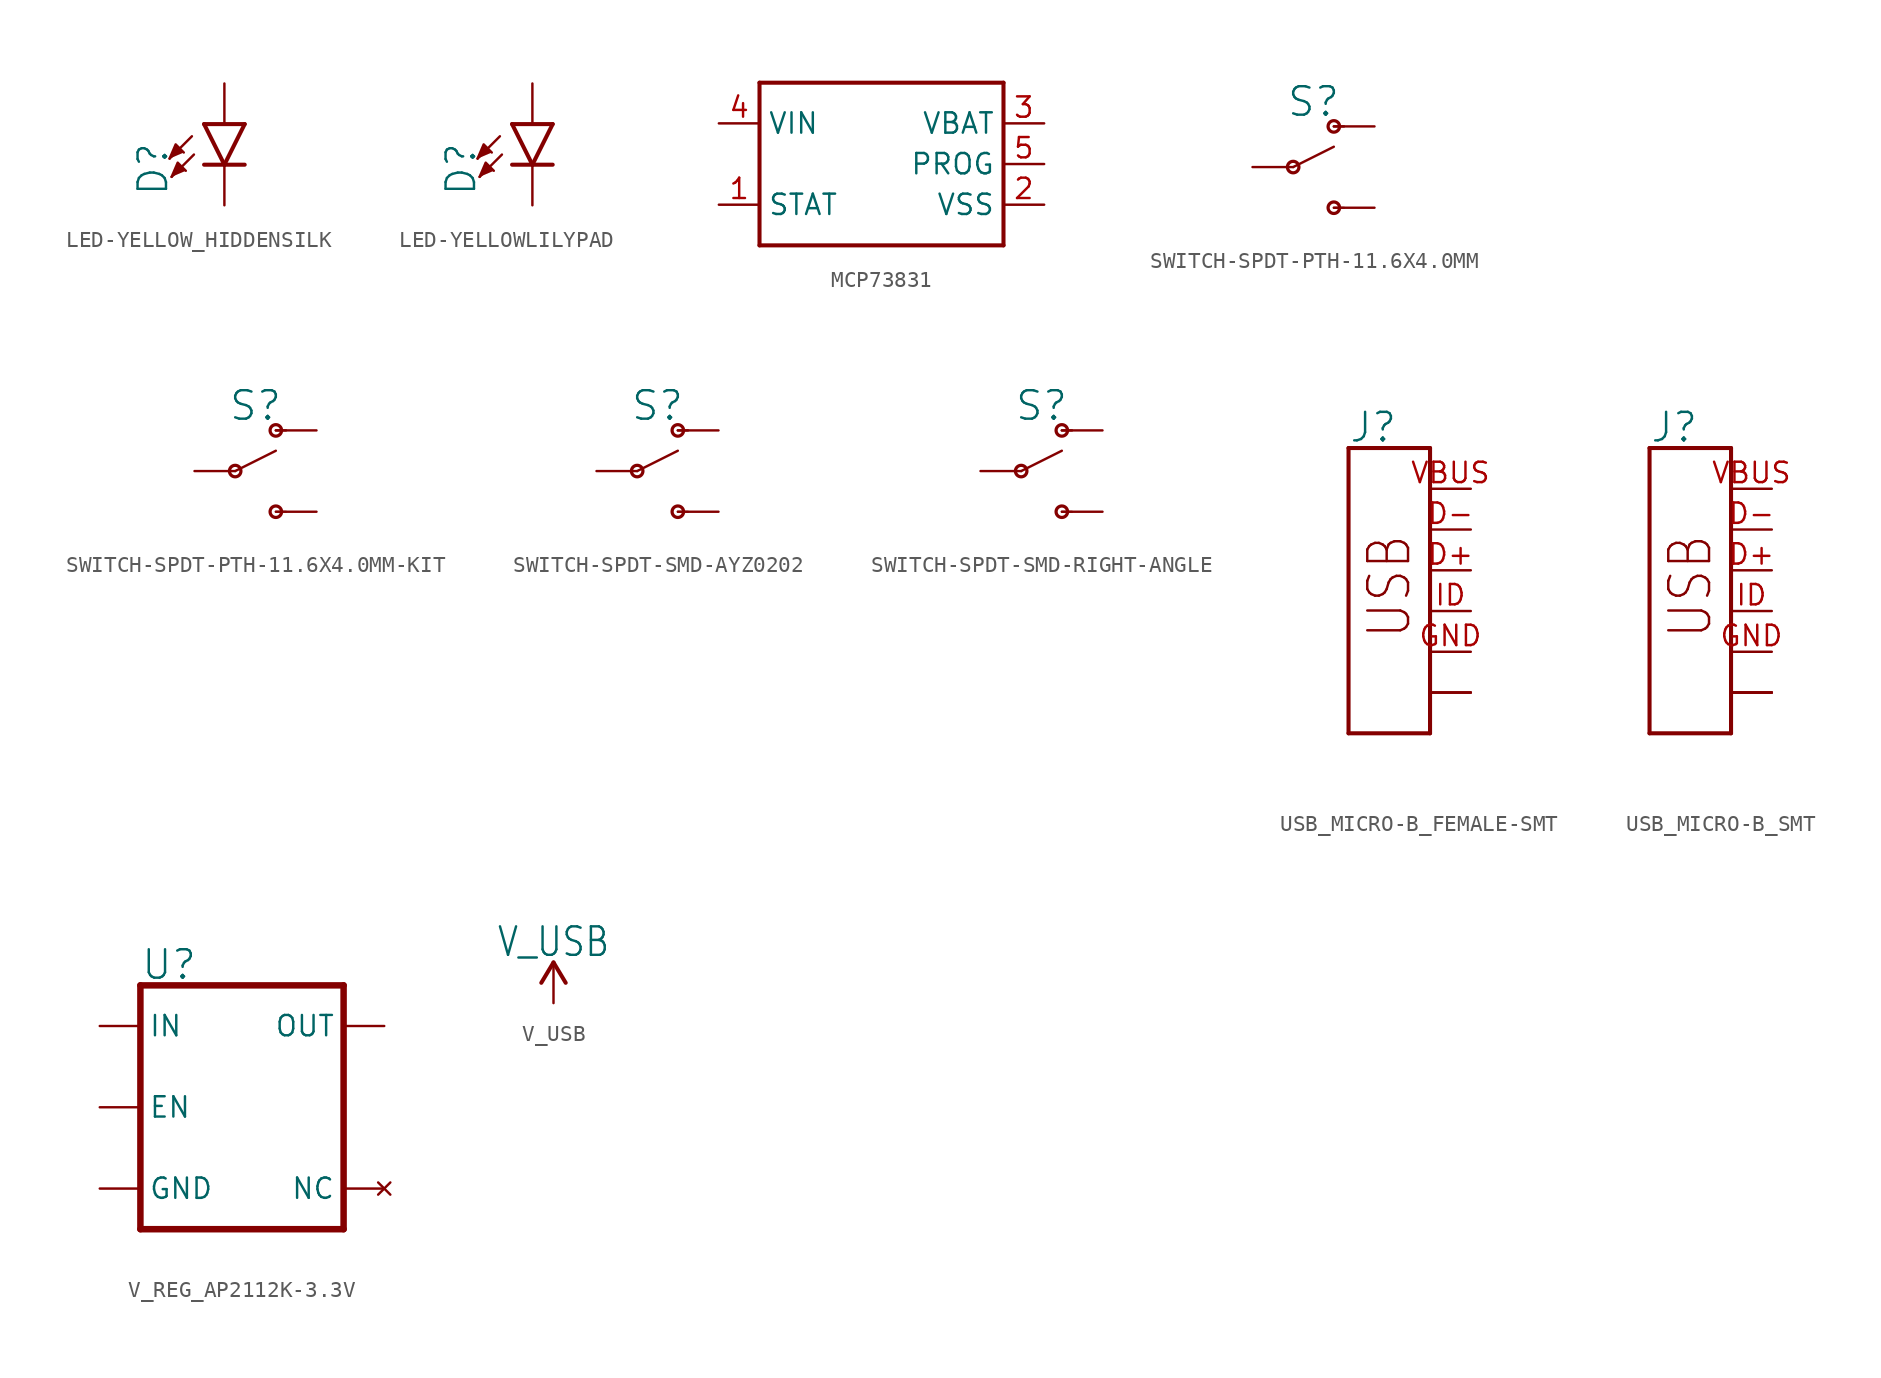
<source format=kicad_sym>
(kicad_symbol_lib
  (version 20220914)
  (generator kicad_symbol_editor)
  (symbol "LED-YELLOW_HIDDENSILK"
    (property "Reference" "D"
      (at -3.429 -4.572 90)
      (effects (font (size 1.778 1.778)) (justify left bottom)))
    (property "Value" ""
      (at 1.905 -4.572 90)
      (effects (font (size 1.778 1.778)) (justify left top)))
    (property "ki_locked" ""
      (at 0 0 0)
      (effects (font (size 1.27 1.27))))
    (symbol "LED-YELLOW_HIDDENSILK_1_0"
      (polyline (pts (xy -2.032 -0.762) (xy -3.429 -2.159)) (stroke (width 0.152) (type solid)) (fill (type none)))
      (polyline (pts (xy -1.905 -1.905) (xy -3.302 -3.302)) (stroke (width 0.152) (type solid)) (fill (type none)))
      (polyline (pts (xy 0 -2.54) (xy -1.27 -2.54)) (stroke (width 0.254) (type solid)) (fill (type none)))
      (polyline (pts (xy 0 -2.54) (xy -1.27 0)) (stroke (width 0.254) (type solid)) (fill (type none)))
      (polyline (pts (xy 1.27 -2.54) (xy 0 -2.54)) (stroke (width 0.254) (type solid)) (fill (type none)))
      (polyline (pts (xy 1.27 0) (xy -1.27 0)) (stroke (width 0.254) (type solid)) (fill (type none)))
      (polyline (pts (xy 1.27 0) (xy 0 -2.54)) (stroke (width 0.254) (type solid)) (fill (type none)))
      (polyline (pts (xy -3.429 -2.159) (xy -3.048 -1.27) (xy -2.54 -1.778)) (stroke (width 0.152) (type solid)) (fill (type outline)))
      (polyline (pts (xy -3.302 -3.302) (xy -2.921 -2.413) (xy -2.413 -2.921)) (stroke (width 0.152) (type solid)) (fill (type outline)))
      (pin passive line (at 0 2.54 270) (length 2.54) (name "A" (effects (font (size 0 0)))) (number "A" (effects (font (size 0 0)))))
      (pin passive line (at 0 -5.08 90) (length 2.54) (name "C" (effects (font (size 0 0)))) (number "C" (effects (font (size 0 0)))))))
  (symbol "LED-YELLOWLILYPAD"
    (property "Reference" "D"
      (at -3.429 -4.572 90)
      (effects (font (size 1.778 1.778)) (justify left bottom)))
    (property "Value" ""
      (at 1.905 -4.572 90)
      (effects (font (size 1.778 1.778)) (justify left top)))
    (property "ki_locked" ""
      (at 0 0 0)
      (effects (font (size 1.27 1.27))))
    (symbol "LED-YELLOWLILYPAD_1_0"
      (polyline (pts (xy -2.032 -0.762) (xy -3.429 -2.159)) (stroke (width 0.152) (type solid)) (fill (type none)))
      (polyline (pts (xy -1.905 -1.905) (xy -3.302 -3.302)) (stroke (width 0.152) (type solid)) (fill (type none)))
      (polyline (pts (xy 0 -2.54) (xy -1.27 -2.54)) (stroke (width 0.254) (type solid)) (fill (type none)))
      (polyline (pts (xy 0 -2.54) (xy -1.27 0)) (stroke (width 0.254) (type solid)) (fill (type none)))
      (polyline (pts (xy 1.27 -2.54) (xy 0 -2.54)) (stroke (width 0.254) (type solid)) (fill (type none)))
      (polyline (pts (xy 1.27 0) (xy -1.27 0)) (stroke (width 0.254) (type solid)) (fill (type none)))
      (polyline (pts (xy 1.27 0) (xy 0 -2.54)) (stroke (width 0.254) (type solid)) (fill (type none)))
      (polyline (pts (xy -3.429 -2.159) (xy -3.048 -1.27) (xy -2.54 -1.778)) (stroke (width 0.152) (type solid)) (fill (type outline)))
      (polyline (pts (xy -3.302 -3.302) (xy -2.921 -2.413) (xy -2.413 -2.921)) (stroke (width 0.152) (type solid)) (fill (type outline)))
      (pin passive line (at 0 2.54 270) (length 2.54) (name "A" (effects (font (size 0 0)))) (number "A" (effects (font (size 0 0)))))
      (pin passive line (at 0 -5.08 90) (length 2.54) (name "C" (effects (font (size 0 0)))) (number "C" (effects (font (size 0 0)))))))
  (symbol "MCP73831"
    (property "Reference" "U"
      (at -7.62 5.588 0)
      (effects (font (size 1.778 1.511)) (justify left bottom) hide))
    (property "ki_locked" ""
      (at 0 0 0)
      (effects (font (size 1.27 1.27))))
    (symbol "MCP73831_1_0"
      (polyline (pts (xy -7.62 -5.08) (xy -7.62 5.08)) (stroke (width 0.254) (type solid)) (fill (type none)))
      (polyline (pts (xy -7.62 5.08) (xy 7.62 5.08)) (stroke (width 0.254) (type solid)) (fill (type none)))
      (polyline (pts (xy 7.62 -5.08) (xy -7.62 -5.08)) (stroke (width 0.254) (type solid)) (fill (type none)))
      (polyline (pts (xy 7.62 5.08) (xy 7.62 -5.08)) (stroke (width 0.254) (type solid)) (fill (type none)))
      (pin output line (at -10.16 -2.54 0) (length 2.54) (name "STAT" (effects (font (size 1.27 1.27)))) (number "1" (effects (font (size 1.27 1.27)))))
      (pin power_in line (at 10.16 -2.54 180) (length 2.54) (name "VSS" (effects (font (size 1.27 1.27)))) (number "2" (effects (font (size 1.27 1.27)))))
      (pin power_in line (at 10.16 2.54 180) (length 2.54) (name "VBAT" (effects (font (size 1.27 1.27)))) (number "3" (effects (font (size 1.27 1.27)))))
      (pin power_in line (at -10.16 2.54 0) (length 2.54) (name "VIN" (effects (font (size 1.27 1.27)))) (number "4" (effects (font (size 1.27 1.27)))))
      (pin input line (at 10.16 0 180) (length 2.54) (name "PROG" (effects (font (size 1.27 1.27)))) (number "5" (effects (font (size 1.27 1.27)))))))
  (symbol "SWITCH-SPDT-PTH-11.6X4.0MM"
    (property "Reference" "S"
      (at 1.27 3.048 0)
      (effects (font (size 1.778 1.778)) (justify bottom)))
    (property "Value" ""
      (at 1.016 -3.302 0)
      (effects (font (size 1.778 1.778)) (justify top)))
    (property "ki_locked" ""
      (at 0 0 0)
      (effects (font (size 1.27 1.27))))
    (symbol "SWITCH-SPDT-PTH-11.6X4.0MM_1_0"
      (polyline (pts (xy 0 0) (xy 2.54 1.27)) (stroke (width 0.152) (type solid)) (fill (type none)))
      (polyline (pts (xy 2.54 -2.54) (xy 3.175 -2.54)) (stroke (width 0.127) (type solid)) (fill (type none)))
      (polyline (pts (xy 2.54 2.54) (xy 3.175 2.54)) (stroke (width 0.152) (type solid)) (fill (type none)))
      (circle (center 0 0) (radius 0.359) (stroke (width 0.203) (type solid)) (fill (type none)))
      (circle (center 2.54 -2.54) (radius 0.359) (stroke (width 0.203) (type solid)) (fill (type none)))
      (circle (center 2.54 2.54) (radius 0.359) (stroke (width 0.203) (type solid)) (fill (type none)))
      (pin passive line (at 5.08 2.54 180) (length 2.54) (name "O" (effects (font (size 0 0)))) (number "1" (effects (font (size 0 0)))))
      (pin passive line (at -2.54 0 0) (length 2.54) (name "P" (effects (font (size 0 0)))) (number "2" (effects (font (size 0 0)))))
      (pin passive line (at 5.08 -2.54 180) (length 2.54) (name "S" (effects (font (size 0 0)))) (number "3" (effects (font (size 0 0)))))))
  (symbol "SWITCH-SPDT-PTH-11.6X4.0MM-KIT"
    (property "Reference" "S"
      (at 1.27 3.048 0)
      (effects (font (size 1.778 1.778)) (justify bottom)))
    (property "Value" ""
      (at 1.016 -3.302 0)
      (effects (font (size 1.778 1.778)) (justify top)))
    (property "ki_locked" ""
      (at 0 0 0)
      (effects (font (size 1.27 1.27))))
    (symbol "SWITCH-SPDT-PTH-11.6X4.0MM-KIT_1_0"
      (polyline (pts (xy 0 0) (xy 2.54 1.27)) (stroke (width 0.152) (type solid)) (fill (type none)))
      (polyline (pts (xy 2.54 -2.54) (xy 3.175 -2.54)) (stroke (width 0.127) (type solid)) (fill (type none)))
      (polyline (pts (xy 2.54 2.54) (xy 3.175 2.54)) (stroke (width 0.152) (type solid)) (fill (type none)))
      (circle (center 0 0) (radius 0.359) (stroke (width 0.203) (type solid)) (fill (type none)))
      (circle (center 2.54 -2.54) (radius 0.359) (stroke (width 0.203) (type solid)) (fill (type none)))
      (circle (center 2.54 2.54) (radius 0.359) (stroke (width 0.203) (type solid)) (fill (type none)))
      (pin passive line (at 5.08 2.54 180) (length 2.54) (name "O" (effects (font (size 0 0)))) (number "1" (effects (font (size 0 0)))))
      (pin passive line (at -2.54 0 0) (length 2.54) (name "P" (effects (font (size 0 0)))) (number "2" (effects (font (size 0 0)))))
      (pin passive line (at 5.08 -2.54 180) (length 2.54) (name "S" (effects (font (size 0 0)))) (number "3" (effects (font (size 0 0)))))))
  (symbol "SWITCH-SPDT-SMD-AYZ0202"
    (property "Reference" "S"
      (at 1.27 3.048 0)
      (effects (font (size 1.778 1.778)) (justify bottom)))
    (property "Value" ""
      (at 1.016 -3.302 0)
      (effects (font (size 1.778 1.778)) (justify top)))
    (property "ki_locked" ""
      (at 0 0 0)
      (effects (font (size 1.27 1.27))))
    (symbol "SWITCH-SPDT-SMD-AYZ0202_1_0"
      (polyline (pts (xy 0 0) (xy 2.54 1.27)) (stroke (width 0.152) (type solid)) (fill (type none)))
      (polyline (pts (xy 2.54 -2.54) (xy 3.175 -2.54)) (stroke (width 0.127) (type solid)) (fill (type none)))
      (polyline (pts (xy 2.54 2.54) (xy 3.175 2.54)) (stroke (width 0.152) (type solid)) (fill (type none)))
      (circle (center 0 0) (radius 0.359) (stroke (width 0.203) (type solid)) (fill (type none)))
      (circle (center 2.54 -2.54) (radius 0.359) (stroke (width 0.203) (type solid)) (fill (type none)))
      (circle (center 2.54 2.54) (radius 0.359) (stroke (width 0.203) (type solid)) (fill (type none)))
      (pin passive line (at 5.08 2.54 180) (length 2.54) (name "O" (effects (font (size 0 0)))) (number "1" (effects (font (size 0 0)))))
      (pin passive line (at -2.54 0 0) (length 2.54) (name "P" (effects (font (size 0 0)))) (number "2" (effects (font (size 0 0)))))
      (pin passive line (at 5.08 -2.54 180) (length 2.54) (name "S" (effects (font (size 0 0)))) (number "3" (effects (font (size 0 0)))))))
  (symbol "SWITCH-SPDT-SMD-RIGHT-ANGLE"
    (property "Reference" "S"
      (at 1.27 3.048 0)
      (effects (font (size 1.778 1.778)) (justify bottom)))
    (property "Value" ""
      (at 1.016 -3.302 0)
      (effects (font (size 1.778 1.778)) (justify top)))
    (property "ki_locked" ""
      (at 0 0 0)
      (effects (font (size 1.27 1.27))))
    (symbol "SWITCH-SPDT-SMD-RIGHT-ANGLE_1_0"
      (polyline (pts (xy 0 0) (xy 2.54 1.27)) (stroke (width 0.152) (type solid)) (fill (type none)))
      (polyline (pts (xy 2.54 -2.54) (xy 3.175 -2.54)) (stroke (width 0.127) (type solid)) (fill (type none)))
      (polyline (pts (xy 2.54 2.54) (xy 3.175 2.54)) (stroke (width 0.152) (type solid)) (fill (type none)))
      (circle (center 0 0) (radius 0.359) (stroke (width 0.203) (type solid)) (fill (type none)))
      (circle (center 2.54 -2.54) (radius 0.359) (stroke (width 0.203) (type solid)) (fill (type none)))
      (circle (center 2.54 2.54) (radius 0.359) (stroke (width 0.203) (type solid)) (fill (type none)))
      (pin passive line (at 5.08 2.54 180) (length 2.54) (name "O" (effects (font (size 0 0)))) (number "1" (effects (font (size 0 0)))))
      (pin passive line (at -2.54 0 0) (length 2.54) (name "P" (effects (font (size 0 0)))) (number "2" (effects (font (size 0 0)))))
      (pin passive line (at 5.08 -2.54 180) (length 2.54) (name "S" (effects (font (size 0 0)))) (number "3" (effects (font (size 0 0)))))))
  (symbol "USB_MICRO-B_FEMALE-SMT"
    (property "Reference" "J"
      (at -2.54 10.414 0)
      (effects (font (size 1.778 1.778)) (justify left bottom)))
    (property "Value" ""
      (at -2.54 -9.906 0)
      (effects (font (size 1.778 1.778)) (justify left bottom)))
    (property "ki_locked" ""
      (at 0 0 0)
      (effects (font (size 1.27 1.27))))
    (symbol "USB_MICRO-B_FEMALE-SMT_1_0"
      (polyline (pts (xy -2.54 -7.62) (xy -2.54 10.16)) (stroke (width 0.254) (type solid)) (fill (type none)))
      (polyline (pts (xy -2.54 -7.62) (xy 2.54 -7.62)) (stroke (width 0.254) (type solid)) (fill (type none)))
      (polyline (pts (xy 2.54 -7.62) (xy 2.54 10.16)) (stroke (width 0.254) (type solid)) (fill (type none)))
      (polyline (pts (xy 2.54 10.16) (xy -2.54 10.16)) (stroke (width 0.254) (type solid)) (fill (type none)))
      (text "USB" (at 0 1.524 900) (effects (font (size 2.54 2.159))))
      (pin bidirectional line (at 5.08 2.54 180) (length 2.54) (name "D+" (effects (font (size 0 0)))) (number "D+" (effects (font (size 1.27 1.27)))))
      (pin bidirectional line (at 5.08 5.08 180) (length 2.54) (name "D-" (effects (font (size 0 0)))) (number "D-" (effects (font (size 1.27 1.27)))))
      (pin power_in line (at 5.08 -2.54 180) (length 2.54) (name "GND" (effects (font (size 0 0)))) (number "GND" (effects (font (size 1.27 1.27)))))
      (pin bidirectional line (at 5.08 0 180) (length 2.54) (name "ID" (effects (font (size 0 0)))) (number "ID" (effects (font (size 1.27 1.27)))))
      (pin bidirectional line (at 5.08 -5.08 180) (length 2.54) (name "SHIELD" (effects (font (size 0 0)))) (number "SHIELD1" (effects (font (size 0 0)))))
      (pin bidirectional line (at 5.08 -5.08 180) (length 2.54) (name "SHIELD" (effects (font (size 0 0)))) (number "SHIELD2" (effects (font (size 0 0)))))
      (pin bidirectional line (at 5.08 -5.08 180) (length 2.54) (name "SHIELD" (effects (font (size 0 0)))) (number "SHIELD3" (effects (font (size 0 0)))))
      (pin power_in line (at 5.08 7.62 180) (length 2.54) (name "VBUS" (effects (font (size 0 0)))) (number "VBUS" (effects (font (size 1.27 1.27)))))))
  (symbol "USB_MICRO-B_SMT"
    (property "Reference" "J"
      (at -2.54 10.414 0)
      (effects (font (size 1.778 1.778)) (justify left bottom)))
    (property "Value" ""
      (at -2.54 -9.906 0)
      (effects (font (size 1.778 1.778)) (justify left bottom)))
    (property "ki_locked" ""
      (at 0 0 0)
      (effects (font (size 1.27 1.27))))
    (symbol "USB_MICRO-B_SMT_1_0"
      (polyline (pts (xy -2.54 -7.62) (xy -2.54 10.16)) (stroke (width 0.254) (type solid)) (fill (type none)))
      (polyline (pts (xy -2.54 -7.62) (xy 2.54 -7.62)) (stroke (width 0.254) (type solid)) (fill (type none)))
      (polyline (pts (xy 2.54 -7.62) (xy 2.54 10.16)) (stroke (width 0.254) (type solid)) (fill (type none)))
      (polyline (pts (xy 2.54 10.16) (xy -2.54 10.16)) (stroke (width 0.254) (type solid)) (fill (type none)))
      (text "USB" (at 0 1.524 900) (effects (font (size 2.54 2.159))))
      (pin bidirectional line (at 5.08 2.54 180) (length 2.54) (name "D+" (effects (font (size 0 0)))) (number "D+" (effects (font (size 1.27 1.27)))))
      (pin bidirectional line (at 5.08 5.08 180) (length 2.54) (name "D-" (effects (font (size 0 0)))) (number "D-" (effects (font (size 1.27 1.27)))))
      (pin power_in line (at 5.08 -2.54 180) (length 2.54) (name "GND" (effects (font (size 0 0)))) (number "GND" (effects (font (size 1.27 1.27)))))
      (pin bidirectional line (at 5.08 0 180) (length 2.54) (name "ID" (effects (font (size 0 0)))) (number "ID" (effects (font (size 1.27 1.27)))))
      (pin bidirectional line (at 5.08 -5.08 180) (length 2.54) (name "SHIELD" (effects (font (size 0 0)))) (number "MT1" (effects (font (size 0 0)))))
      (pin bidirectional line (at 5.08 -5.08 180) (length 2.54) (name "SHIELD" (effects (font (size 0 0)))) (number "MT2" (effects (font (size 0 0)))))
      (pin bidirectional line (at 5.08 -5.08 180) (length 2.54) (name "SHIELD" (effects (font (size 0 0)))) (number "P$1" (effects (font (size 0 0)))))
      (pin bidirectional line (at 5.08 -5.08 180) (length 2.54) (name "SHIELD" (effects (font (size 0 0)))) (number "P$2" (effects (font (size 0 0)))))
      (pin power_in line (at 5.08 7.62 180) (length 2.54) (name "VBUS" (effects (font (size 0 0)))) (number "VBUS" (effects (font (size 1.27 1.27)))))))
  (symbol "V_REG_AP2112K-3.3V"
    (property "Reference" "U"
      (at -7.62 7.874 0)
      (effects (font (size 1.778 1.778)) (justify left bottom)))
    (property "Value" ""
      (at -7.62 -7.874 0)
      (effects (font (size 1.778 1.778)) (justify left top)))
    (property "ki_locked" ""
      (at 0 0 0)
      (effects (font (size 1.27 1.27))))
    (symbol "V_REG_AP2112K-3.3V_1_0"
      (polyline (pts (xy -7.62 -7.62) (xy 5.08 -7.62)) (stroke (width 0.406) (type solid)) (fill (type none)))
      (polyline (pts (xy -7.62 7.62) (xy -7.62 -7.62)) (stroke (width 0.406) (type solid)) (fill (type none)))
      (polyline (pts (xy 5.08 -7.62) (xy 5.08 7.62)) (stroke (width 0.406) (type solid)) (fill (type none)))
      (polyline (pts (xy 5.08 7.62) (xy -7.62 7.62)) (stroke (width 0.406) (type solid)) (fill (type none)))
      (pin input line (at -10.16 5.08 0) (length 2.54) (name "IN" (effects (font (size 1.27 1.27)))) (number "1" (effects (font (size 0 0)))))
      (pin input line (at -10.16 -5.08 0) (length 2.54) (name "GND" (effects (font (size 1.27 1.27)))) (number "2" (effects (font (size 0 0)))))
      (pin input line (at -10.16 0 0) (length 2.54) (name "EN" (effects (font (size 1.27 1.27)))) (number "3" (effects (font (size 0 0)))))
      (pin no_connect line (at 7.62 -5.08 180) (length 2.54) (name "NC" (effects (font (size 1.27 1.27)))) (number "4" (effects (font (size 0 0)))))
      (pin passive line (at 7.62 5.08 180) (length 2.54) (name "OUT" (effects (font (size 1.27 1.27)))) (number "5" (effects (font (size 0 0)))))))
  (symbol "V_USB"
    (power)
    (property "Reference" "#SUPPLY"
      (at 0 0 0)
      (effects (font (size 1.27 1.27)) hide))
    (property "Value" "V_USB"
      (at 0 2.794 0)
      (effects (font (size 1.778 1.511)) (justify bottom)))
    (property "ki_locked" ""
      (at 0 0 0)
      (effects (font (size 1.27 1.27))))
    (symbol "V_USB_1_0"
      (polyline (pts (xy 0 2.54) (xy -0.762 1.27)) (stroke (width 0.254) (type solid)) (fill (type none)))
      (polyline (pts (xy 0.762 1.27) (xy 0 2.54)) (stroke (width 0.254) (type solid)) (fill (type none)))
      (pin power_in line (at 0 0 90) (length 2.54) (name "V_USB" (effects (font (size 0 0)))) (number "1" (effects (font (size 0 0))))))))
</source>
